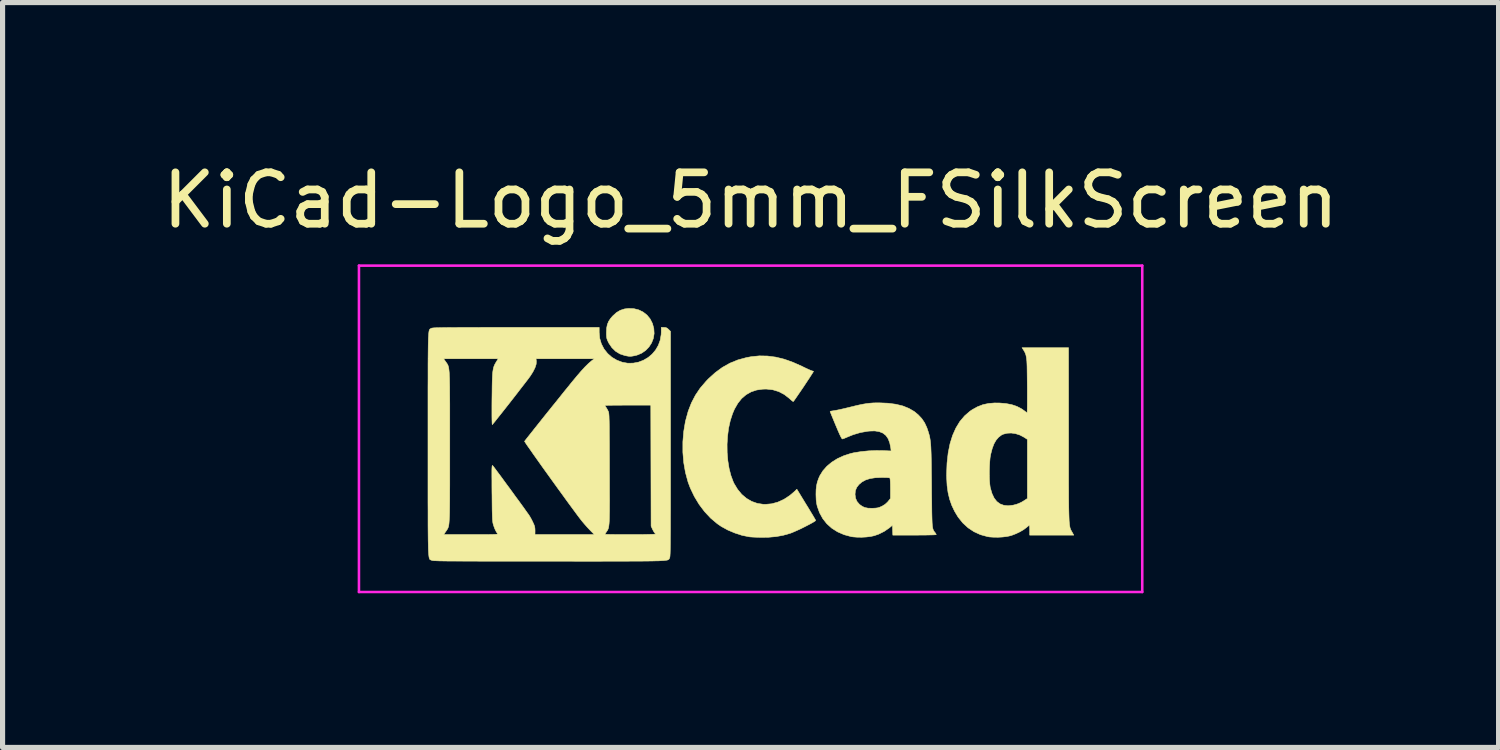
<source format=kicad_pcb>
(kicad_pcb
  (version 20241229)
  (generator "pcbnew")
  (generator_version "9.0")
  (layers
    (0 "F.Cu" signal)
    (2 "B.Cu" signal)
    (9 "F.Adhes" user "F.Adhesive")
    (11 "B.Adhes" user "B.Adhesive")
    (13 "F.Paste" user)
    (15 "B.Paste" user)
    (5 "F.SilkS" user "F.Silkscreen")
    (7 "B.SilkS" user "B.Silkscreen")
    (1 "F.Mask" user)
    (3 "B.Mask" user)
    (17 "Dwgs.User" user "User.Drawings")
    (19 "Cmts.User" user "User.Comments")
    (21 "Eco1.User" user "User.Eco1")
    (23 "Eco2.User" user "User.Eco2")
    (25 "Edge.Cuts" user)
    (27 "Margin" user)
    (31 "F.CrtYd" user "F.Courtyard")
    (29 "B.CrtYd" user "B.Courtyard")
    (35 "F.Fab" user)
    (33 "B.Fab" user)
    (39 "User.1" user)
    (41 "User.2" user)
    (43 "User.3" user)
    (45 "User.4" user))
  (footprint "KiCad-Logo_5mm_FSilkScreen"
    (layer "F.Cu")
    (at 11.554 5.928)
    (property "Reference" "KiCad-Logo_5mm_FSilkScreen" (at 0 -5.08 0) (layer "F.SilkS") (effects (font (size 1 1) (thickness 0.15))))
    (attr exclude_from_pos_files exclude_from_bom)
    (fp_poly (pts (xy -2.273 -2.973) (xy -2.177 -2.949) (xy -2.09 -2.906) (xy -2.015 -2.847) (xy -1.954 -2.772) (xy -1.909 -2.683) (xy -1.883 -2.586) (xy -1.877 -2.489) (xy -1.892 -2.395) (xy -1.926 -2.307) (xy -1.977 -2.228) (xy -2.042 -2.16) (xy -2.121 -2.106) (xy -2.212 -2.068) (xy -2.263 -2.056) (xy -2.308 -2.048) (xy -2.342 -2.045) (xy -2.375 -2.047) (xy -2.415 -2.054) (xy -2.449 -2.061) (xy -2.542 -2.092) (xy -2.626 -2.143) (xy -2.698 -2.213) (xy -2.756 -2.298) (xy -2.77 -2.326) (xy -2.787 -2.362) (xy -2.797 -2.392) (xy -2.802 -2.425) (xy -2.805 -2.466) (xy -2.805 -2.512) (xy -2.801 -2.596) (xy -2.787 -2.665) (xy -2.762 -2.726) (xy -2.723 -2.784) (xy -2.684 -2.829) (xy -2.612 -2.895) (xy -2.537 -2.94) (xy -2.455 -2.967) (xy -2.377 -2.977) (xy -2.273 -2.973)) (stroke (width 0.01) (type solid)) (fill yes) (layer "F.SilkS"))
    (fp_poly (pts (xy 0.328 -2.051) (xy 0.489 -2.03) (xy 0.653 -1.99) (xy 0.822 -1.93) (xy 1 -1.851) (xy 1.011 -1.845) (xy 1.069 -1.817) (xy 1.121 -1.793) (xy 1.162 -1.775) (xy 1.19 -1.764) (xy 1.2 -1.761) (xy 1.219 -1.756) (xy 1.224 -1.752) (xy 1.218 -1.741) (xy 1.202 -1.715) (xy 1.177 -1.676) (xy 1.145 -1.626) (xy 1.107 -1.569) (xy 1.066 -1.507) (xy 1.023 -1.442) (xy 0.98 -1.379) (xy 0.939 -1.319) (xy 0.902 -1.265) (xy 0.871 -1.22) (xy 0.847 -1.186) (xy 0.832 -1.167) (xy 0.83 -1.165) (xy 0.82 -1.17) (xy 0.798 -1.187) (xy 0.767 -1.214) (xy 0.752 -1.228) (xy 0.655 -1.303) (xy 0.548 -1.359) (xy 0.433 -1.394) (xy 0.31 -1.408) (xy 0.241 -1.407) (xy 0.119 -1.39) (xy 0.01 -1.354) (xy -0.087 -1.299) (xy -0.174 -1.225) (xy -0.249 -1.131) (xy -0.314 -1.018) (xy -0.351 -0.931) (xy -0.395 -0.796) (xy -0.428 -0.648) (xy -0.448 -0.493) (xy -0.458 -0.333) (xy -0.456 -0.173) (xy -0.443 -0.016) (xy -0.419 0.133) (xy -0.384 0.271) (xy -0.338 0.395) (xy -0.322 0.429) (xy -0.253 0.543) (xy -0.173 0.64) (xy -0.081 0.718) (xy 0.02 0.777) (xy 0.13 0.816) (xy 0.247 0.834) (xy 0.289 0.835) (xy 0.41 0.824) (xy 0.531 0.791) (xy 0.649 0.737) (xy 0.762 0.663) (xy 0.854 0.585) (xy 0.9 0.54) (xy 1.081 0.837) (xy 1.127 0.911) (xy 1.168 0.98) (xy 1.204 1.039) (xy 1.233 1.088) (xy 1.254 1.124) (xy 1.265 1.144) (xy 1.266 1.147) (xy 1.258 1.157) (xy 1.233 1.174) (xy 1.193 1.197) (xy 1.142 1.225) (xy 1.084 1.255) (xy 1.021 1.287) (xy 0.958 1.318) (xy 0.896 1.346) (xy 0.839 1.371) (xy 0.791 1.391) (xy 0.768 1.399) (xy 0.634 1.437) (xy 0.496 1.462) (xy 0.349 1.475) (xy 0.222 1.477) (xy 0.154 1.476) (xy 0.088 1.474) (xy 0.031 1.471) (xy -0.013 1.468) (xy -0.027 1.466) (xy -0.166 1.438) (xy -0.307 1.392) (xy -0.445 1.334) (xy -0.572 1.264) (xy -0.649 1.211) (xy -0.777 1.103) (xy -0.895 0.977) (xy -1.002 0.835) (xy -1.095 0.681) (xy -1.173 0.518) (xy -1.217 0.401) (xy -1.267 0.217) (xy -1.301 0.023) (xy -1.318 -0.179) (xy -1.318 -0.382) (xy -1.301 -0.584) (xy -1.268 -0.781) (xy -1.217 -0.967) (xy -1.214 -0.978) (xy -1.151 -1.14) (xy -1.074 -1.288) (xy -0.981 -1.426) (xy -0.868 -1.558) (xy -0.825 -1.604) (xy -0.688 -1.728) (xy -0.549 -1.83) (xy -0.403 -1.912) (xy -0.249 -1.975) (xy -0.084 -2.02) (xy 0.011 -2.038) (xy 0.17 -2.054) (xy 0.328 -2.051)) (stroke (width 0.01) (type solid)) (fill yes) (layer "F.SilkS"))
    (fp_poly (pts (xy 6.187 -0.528) (xy 6.187 -0.293) (xy 6.187 -0.08) (xy 6.187 0.112) (xy 6.187 0.285) (xy 6.187 0.441) (xy 6.188 0.579) (xy 6.188 0.701) (xy 6.189 0.808) (xy 6.19 0.901) (xy 6.192 0.982) (xy 6.194 1.051) (xy 6.196 1.11) (xy 6.198 1.159) (xy 6.202 1.2) (xy 6.205 1.234) (xy 6.21 1.262) (xy 6.214 1.285) (xy 6.22 1.304) (xy 6.226 1.321) (xy 6.233 1.335) (xy 6.24 1.349) (xy 6.249 1.364) (xy 6.254 1.373) (xy 6.288 1.434) (xy 5.43 1.434) (xy 5.43 1.338) (xy 5.429 1.294) (xy 5.427 1.261) (xy 5.424 1.243) (xy 5.423 1.242) (xy 5.412 1.249) (xy 5.389 1.267) (xy 5.366 1.286) (xy 5.312 1.327) (xy 5.242 1.368) (xy 5.165 1.405) (xy 5.088 1.435) (xy 5.057 1.445) (xy 4.989 1.46) (xy 4.906 1.47) (xy 4.816 1.475) (xy 4.728 1.474) (xy 4.649 1.469) (xy 4.612 1.463) (xy 4.473 1.425) (xy 4.346 1.367) (xy 4.23 1.29) (xy 4.127 1.195) (xy 4.036 1.081) (xy 3.969 0.97) (xy 3.914 0.854) (xy 3.872 0.734) (xy 3.842 0.608) (xy 3.823 0.472) (xy 3.815 0.32) (xy 3.814 0.243) (xy 3.816 0.186) (xy 4.645 0.186) (xy 4.645 0.279) (xy 4.648 0.367) (xy 4.654 0.444) (xy 4.662 0.505) (xy 4.665 0.517) (xy 4.697 0.625) (xy 4.738 0.712) (xy 4.79 0.779) (xy 4.853 0.826) (xy 4.926 0.853) (xy 5.011 0.862) (xy 5.107 0.851) (xy 5.17 0.835) (xy 5.219 0.817) (xy 5.274 0.791) (xy 5.314 0.767) (xy 5.385 0.721) (xy 5.385 -0.429) (xy 5.317 -0.473) (xy 5.239 -0.514) (xy 5.155 -0.541) (xy 5.07 -0.553) (xy 4.988 -0.549) (xy 4.915 -0.53) (xy 4.883 -0.515) (xy 4.826 -0.472) (xy 4.777 -0.415) (xy 4.735 -0.342) (xy 4.701 -0.252) (xy 4.672 -0.141) (xy 4.671 -0.135) (xy 4.66 -0.073) (xy 4.653 0.005) (xy 4.648 0.093) (xy 4.645 0.186) (xy 3.816 0.186) (xy 3.822 0.03) (xy 3.844 -0.166) (xy 3.88 -0.345) (xy 3.93 -0.506) (xy 3.994 -0.65) (xy 4.071 -0.777) (xy 4.163 -0.886) (xy 4.268 -0.977) (xy 4.314 -1.008) (xy 4.415 -1.064) (xy 4.518 -1.104) (xy 4.628 -1.128) (xy 4.749 -1.138) (xy 4.842 -1.137) (xy 4.971 -1.126) (xy 5.084 -1.104) (xy 5.183 -1.07) (xy 5.271 -1.024) (xy 5.32 -0.99) (xy 5.349 -0.968) (xy 5.371 -0.953) (xy 5.379 -0.948) (xy 5.381 -0.959) (xy 5.382 -0.99) (xy 5.383 -1.037) (xy 5.384 -1.1) (xy 5.384 -1.173) (xy 5.384 -1.256) (xy 5.384 -1.344) (xy 5.384 -1.436) (xy 5.383 -1.528) (xy 5.382 -1.618) (xy 5.381 -1.704) (xy 5.38 -1.781) (xy 5.379 -1.848) (xy 5.377 -1.902) (xy 5.375 -1.94) (xy 5.375 -1.947) (xy 5.367 -2.018) (xy 5.356 -2.073) (xy 5.338 -2.12) (xy 5.312 -2.166) (xy 5.305 -2.176) (xy 5.281 -2.213) (xy 6.186 -2.213) (xy 6.187 -0.528)) (stroke (width 0.01) (type solid)) (fill yes) (layer "F.SilkS"))
    (fp_poly (pts (xy 2.674 -1.133) (xy 2.825 -1.113) (xy 2.961 -1.08) (xy 3.08 -1.032) (xy 3.185 -0.971) (xy 3.262 -0.907) (xy 3.331 -0.833) (xy 3.385 -0.753) (xy 3.428 -0.661) (xy 3.443 -0.618) (xy 3.456 -0.579) (xy 3.467 -0.543) (xy 3.477 -0.508) (xy 3.485 -0.472) (xy 3.492 -0.433) (xy 3.498 -0.39) (xy 3.503 -0.34) (xy 3.507 -0.283) (xy 3.51 -0.215) (xy 3.513 -0.136) (xy 3.515 -0.043) (xy 3.517 0.066) (xy 3.518 0.192) (xy 3.52 0.337) (xy 3.521 0.48) (xy 3.522 0.636) (xy 3.524 0.771) (xy 3.525 0.887) (xy 3.526 0.986) (xy 3.528 1.068) (xy 3.53 1.136) (xy 3.532 1.192) (xy 3.535 1.236) (xy 3.539 1.271) (xy 3.544 1.299) (xy 3.55 1.321) (xy 3.557 1.338) (xy 3.565 1.352) (xy 3.574 1.366) (xy 3.585 1.38) (xy 3.59 1.385) (xy 3.605 1.408) (xy 3.612 1.423) (xy 3.612 1.424) (xy 3.602 1.426) (xy 3.571 1.428) (xy 3.522 1.43) (xy 3.458 1.431) (xy 3.382 1.433) (xy 3.295 1.433) (xy 3.2 1.434) (xy 3.19 1.434) (xy 2.767 1.434) (xy 2.763 1.338) (xy 2.76 1.242) (xy 2.698 1.293) (xy 2.601 1.36) (xy 2.491 1.415) (xy 2.404 1.445) (xy 2.335 1.46) (xy 2.252 1.47) (xy 2.162 1.475) (xy 2.074 1.474) (xy 1.995 1.468) (xy 1.959 1.463) (xy 1.819 1.425) (xy 1.692 1.37) (xy 1.58 1.299) (xy 1.484 1.213) (xy 1.404 1.112) (xy 1.341 0.997) (xy 1.296 0.871) (xy 1.284 0.814) (xy 1.276 0.752) (xy 1.273 0.677) (xy 1.272 0.643) (xy 1.272 0.64) (xy 2.032 0.64) (xy 2.042 0.715) (xy 2.07 0.779) (xy 2.118 0.835) (xy 2.123 0.839) (xy 2.172 0.874) (xy 2.223 0.897) (xy 2.284 0.909) (xy 2.359 0.911) (xy 2.377 0.911) (xy 2.431 0.908) (xy 2.471 0.903) (xy 2.506 0.893) (xy 2.545 0.876) (xy 2.556 0.871) (xy 2.616 0.835) (xy 2.663 0.792) (xy 2.676 0.777) (xy 2.721 0.72) (xy 2.721 0.525) (xy 2.72 0.446) (xy 2.718 0.388) (xy 2.715 0.349) (xy 2.711 0.327) (xy 2.707 0.32) (xy 2.691 0.317) (xy 2.657 0.314) (xy 2.61 0.313) (xy 2.555 0.312) (xy 2.546 0.312) (xy 2.425 0.317) (xy 2.323 0.333) (xy 2.236 0.361) (xy 2.164 0.401) (xy 2.109 0.448) (xy 2.064 0.506) (xy 2.039 0.569) (xy 2.032 0.64) (xy 1.272 0.64) (xy 1.274 0.55) (xy 1.283 0.471) (xy 1.299 0.4) (xy 1.324 0.329) (xy 1.348 0.276) (xy 1.407 0.181) (xy 1.485 0.093) (xy 1.58 0.014) (xy 1.69 -0.055) (xy 1.813 -0.111) (xy 1.945 -0.154) (xy 2.009 -0.169) (xy 2.146 -0.191) (xy 2.294 -0.206) (xy 2.446 -0.212) (xy 2.572 -0.211) (xy 2.734 -0.204) (xy 2.727 -0.263) (xy 2.707 -0.362) (xy 2.676 -0.443) (xy 2.632 -0.506) (xy 2.575 -0.551) (xy 2.503 -0.58) (xy 2.416 -0.594) (xy 2.313 -0.591) (xy 2.275 -0.587) (xy 2.134 -0.562) (xy 1.997 -0.521) (xy 1.902 -0.483) (xy 1.857 -0.464) (xy 1.819 -0.448) (xy 1.792 -0.439) (xy 1.785 -0.437) (xy 1.775 -0.446) (xy 1.758 -0.475) (xy 1.734 -0.524) (xy 1.703 -0.594) (xy 1.665 -0.684) (xy 1.658 -0.7) (xy 1.628 -0.772) (xy 1.601 -0.838) (xy 1.578 -0.893) (xy 1.561 -0.936) (xy 1.55 -0.963) (xy 1.547 -0.972) (xy 1.557 -0.977) (xy 1.583 -0.982) (xy 1.611 -0.986) (xy 1.642 -0.991) (xy 1.689 -1) (xy 1.751 -1.013) (xy 1.821 -1.029) (xy 1.896 -1.047) (xy 1.925 -1.054) (xy 2.03 -1.08) (xy 2.117 -1.1) (xy 2.192 -1.115) (xy 2.258 -1.126) (xy 2.319 -1.133) (xy 2.381 -1.138) (xy 2.446 -1.14) (xy 2.504 -1.14) (xy 2.674 -1.133)) (stroke (width 0.01) (type solid)) (fill yes) (layer "F.SilkS"))
    (fp_poly (pts (xy -2.946 -2.511) (xy -2.936 -2.397) (xy -2.904 -2.289) (xy -2.853 -2.19) (xy -2.784 -2.102) (xy -2.699 -2.027) (xy -2.602 -1.97) (xy -2.496 -1.93) (xy -2.389 -1.911) (xy -2.283 -1.913) (xy -2.181 -1.932) (xy -2.085 -1.969) (xy -1.996 -2.021) (xy -1.917 -2.087) (xy -1.849 -2.167) (xy -1.796 -2.258) (xy -1.759 -2.359) (xy -1.74 -2.47) (xy -1.738 -2.52) (xy -1.738 -2.608) (xy -1.687 -2.608) (xy -1.65 -2.605) (xy -1.623 -2.593) (xy -1.596 -2.569) (xy -1.558 -2.531) (xy -1.558 -0.339) (xy -1.558 -0.077) (xy -1.558 0.163) (xy -1.558 0.383) (xy -1.558 0.583) (xy -1.558 0.764) (xy -1.558 0.928) (xy -1.559 1.074) (xy -1.559 1.205) (xy -1.559 1.32) (xy -1.56 1.421) (xy -1.561 1.509) (xy -1.561 1.585) (xy -1.562 1.65) (xy -1.563 1.704) (xy -1.564 1.749) (xy -1.565 1.786) (xy -1.567 1.815) (xy -1.568 1.837) (xy -1.57 1.854) (xy -1.572 1.866) (xy -1.574 1.874) (xy -1.576 1.88) (xy -1.577 1.882) (xy -1.581 1.889) (xy -1.585 1.895) (xy -1.589 1.901) (xy -1.594 1.906) (xy -1.601 1.911) (xy -1.611 1.916) (xy -1.625 1.92) (xy -1.645 1.923) (xy -1.669 1.926) (xy -1.701 1.929) (xy -1.741 1.931) (xy -1.789 1.934) (xy -1.846 1.935) (xy -1.914 1.937) (xy -1.994 1.938) (xy -2.085 1.939) (xy -2.19 1.94) (xy -2.309 1.94) (xy -2.443 1.941) (xy -2.593 1.941) (xy -2.76 1.941) (xy -2.945 1.942) (xy -3.149 1.942) (xy -3.372 1.942) (xy -3.616 1.941) (xy -3.881 1.941) (xy -3.92 1.941) (xy -4.187 1.941) (xy -4.432 1.941) (xy -4.657 1.941) (xy -4.861 1.941) (xy -5.047 1.941) (xy -5.215 1.941) (xy -5.366 1.94) (xy -5.501 1.94) (xy -5.62 1.939) (xy -5.725 1.939) (xy -5.817 1.938) (xy -5.896 1.938) (xy -5.964 1.937) (xy -6.021 1.936) (xy -6.069 1.935) (xy -6.107 1.933) (xy -6.138 1.932) (xy -6.162 1.931) (xy -6.18 1.929) (xy -6.192 1.927) (xy -6.201 1.925) (xy -6.205 1.923) (xy -6.214 1.92) (xy -6.221 1.917) (xy -6.229 1.915) (xy -6.235 1.911) (xy -6.241 1.906) (xy -6.246 1.897) (xy -6.251 1.885) (xy -6.255 1.869) (xy -6.259 1.846) (xy -6.262 1.818) (xy -6.265 1.781) (xy -6.268 1.737) (xy -6.27 1.683) (xy -6.271 1.618) (xy -6.273 1.543) (xy -6.274 1.455) (xy -6.275 1.354) (xy -6.276 1.239) (xy -6.276 1.11) (xy -6.276 0.964) (xy -6.277 0.802) (xy -6.277 0.621) (xy -6.277 0.422) (xy -6.277 0.204) (xy -6.277 -0.035) (xy -6.277 -0.296) (xy -6.277 -0.338) (xy -6.277 -0.601) (xy -6.277 -0.842) (xy -6.277 -1.063) (xy -6.277 -1.264) (xy -6.277 -1.446) (xy -6.276 -1.61) (xy -6.276 -1.757) (xy -6.276 -1.888) (xy -6.275 -1.998) (xy -5.972 -1.998) (xy -5.932 -1.94) (xy -5.921 -1.925) (xy -5.911 -1.911) (xy -5.902 -1.897) (xy -5.894 -1.883) (xy -5.887 -1.868) (xy -5.881 -1.849) (xy -5.875 -1.826) (xy -5.871 -1.798) (xy -5.867 -1.764) (xy -5.863 -1.722) (xy -5.861 -1.67) (xy -5.858 -1.609) (xy -5.857 -1.537) (xy -5.855 -1.452) (xy -5.855 -1.354) (xy -5.854 -1.24) (xy -5.853 -1.111) (xy -5.853 -0.965) (xy -5.853 -0.8) (xy -5.853 -0.616) (xy -5.853 -0.41) (xy -5.853 -0.288) (xy -5.853 -0.071) (xy -5.853 0.125) (xy -5.853 0.3) (xy -5.853 0.456) (xy -5.854 0.595) (xy -5.854 0.717) (xy -5.855 0.823) (xy -5.856 0.915) (xy -5.857 0.994) (xy -5.859 1.062) (xy -5.862 1.118) (xy -5.865 1.165) (xy -5.868 1.204) (xy -5.872 1.235) (xy -5.877 1.261) (xy -5.883 1.282) (xy -5.89 1.299) (xy -5.897 1.314) (xy -5.906 1.327) (xy -5.915 1.341) (xy -5.925 1.356) (xy -5.932 1.365) (xy -5.97 1.422) (xy -5.439 1.422) (xy -5.315 1.422) (xy -5.213 1.422) (xy -5.129 1.422) (xy -5.063 1.421) (xy -5.012 1.42) (xy -4.974 1.419) (xy -4.948 1.417) (xy -4.932 1.415) (xy -4.923 1.412) (xy -4.921 1.408) (xy -4.923 1.404) (xy -4.925 1.403) (xy -4.95 1.366) (xy -4.976 1.313) (xy -4.999 1.251) (xy -5.007 1.224) (xy -5.012 1.206) (xy -5.016 1.185) (xy -5.019 1.159) (xy -5.022 1.126) (xy -5.024 1.083) (xy -5.026 1.028) (xy -5.028 0.96) (xy -5.029 0.877) (xy -5.03 0.775) (xy -5.031 0.654) (xy -5.032 0.61) (xy -5.033 0.484) (xy -5.033 0.38) (xy -5.034 0.295) (xy -5.034 0.227) (xy -5.034 0.174) (xy -5.033 0.135) (xy -5.031 0.107) (xy -5.029 0.09) (xy -5.027 0.081) (xy -5.023 0.078) (xy -5.019 0.08) (xy -5.015 0.085) (xy -5.004 0.098) (xy -4.982 0.127) (xy -4.95 0.17) (xy -4.909 0.225) (xy -4.861 0.289) (xy -4.808 0.362) (xy -4.751 0.44) (xy -4.691 0.521) (xy -4.631 0.603) (xy -4.572 0.685) (xy -4.514 0.763) (xy -4.461 0.836) (xy -4.413 0.902) (xy -4.373 0.959) (xy -4.341 1.004) (xy -4.318 1.035) (xy -4.314 1.041) (xy -4.291 1.078) (xy -4.264 1.126) (xy -4.239 1.176) (xy -4.236 1.183) (xy -4.214 1.231) (xy -4.201 1.268) (xy -4.196 1.304) (xy -4.194 1.346) (xy -4.195 1.422) (xy -3.041 1.422) (xy -3.132 1.329) (xy -3.179 1.279) (xy -3.229 1.222) (xy -3.275 1.168) (xy -3.295 1.143) (xy -3.326 1.103) (xy -3.366 1.05) (xy -3.414 0.985) (xy -3.47 0.909) (xy -3.532 0.825) (xy -3.599 0.733) (xy -3.669 0.636) (xy -3.743 0.535) (xy -3.817 0.432) (xy -3.892 0.328) (xy -3.966 0.225) (xy -4.038 0.125) (xy -4.106 0.029) (xy -4.17 -0.061) (xy -4.229 -0.144) (xy -4.28 -0.218) (xy -4.324 -0.28) (xy -4.359 -0.33) (xy -4.383 -0.367) (xy -4.396 -0.387) (xy -4.398 -0.391) (xy -4.39 -0.403) (xy -4.369 -0.43) (xy -4.337 -0.471) (xy -4.294 -0.525) (xy -4.243 -0.589) (xy -4.185 -0.663) (xy -4.12 -0.744) (xy -4.051 -0.831) (xy -3.979 -0.921) (xy -3.904 -1.014) (xy -3.845 -1.088) (xy -2.834 -1.088) (xy -2.828 -1.075) (xy -2.813 -1.053) (xy -2.812 -1.052) (xy -2.793 -1.021) (xy -2.774 -0.985) (xy -2.77 -0.976) (xy -2.766 -0.968) (xy -2.763 -0.958) (xy -2.76 -0.945) (xy -2.758 -0.927) (xy -2.756 -0.904) (xy -2.754 -0.873) (xy -2.753 -0.833) (xy -2.751 -0.784) (xy -2.75 -0.723) (xy -2.749 -0.649) (xy -2.749 -0.561) (xy -2.748 -0.457) (xy -2.747 -0.337) (xy -2.747 -0.198) (xy -2.746 -0.039) (xy -2.746 0.14) (xy -2.745 0.325) (xy -2.745 0.489) (xy -2.745 0.633) (xy -2.744 0.759) (xy -2.745 0.868) (xy -2.745 0.961) (xy -2.747 1.04) (xy -2.748 1.106) (xy -2.75 1.161) (xy -2.753 1.206) (xy -2.757 1.242) (xy -2.761 1.271) (xy -2.766 1.295) (xy -2.772 1.313) (xy -2.779 1.329) (xy -2.787 1.344) (xy -2.797 1.358) (xy -2.805 1.37) (xy -2.822 1.396) (xy -2.832 1.414) (xy -2.834 1.417) (xy -2.823 1.418) (xy -2.791 1.419) (xy -2.742 1.42) (xy -2.677 1.421) (xy -2.599 1.422) (xy -2.51 1.422) (xy -2.411 1.422) (xy -2.342 1.422) (xy -2.237 1.422) (xy -2.141 1.422) (xy -2.054 1.421) (xy -1.98 1.419) (xy -1.921 1.418) (xy -1.879 1.416) (xy -1.855 1.414) (xy -1.851 1.412) (xy -1.859 1.398) (xy -1.867 1.39) (xy -1.88 1.372) (xy -1.897 1.342) (xy -1.909 1.318) (xy -1.936 1.259) (xy -1.939 0.082) (xy -1.942 -1.095) (xy -2.388 -1.095) (xy -2.486 -1.095) (xy -2.576 -1.094) (xy -2.657 -1.094) (xy -2.725 -1.093) (xy -2.779 -1.092) (xy -2.815 -1.09) (xy -2.833 -1.089) (xy -2.834 -1.088) (xy -3.845 -1.088) (xy -3.829 -1.107) (xy -3.755 -1.199) (xy -3.683 -1.289) (xy -3.615 -1.374) (xy -3.551 -1.452) (xy -3.494 -1.523) (xy -3.444 -1.584) (xy -3.403 -1.633) (xy -3.386 -1.654) (xy -3.3 -1.754) (xy -3.223 -1.838) (xy -3.154 -1.906) (xy -3.091 -1.96) (xy -3.082 -1.967) (xy -3.042 -1.998) (xy -4.174 -1.998) (xy -4.169 -1.95) (xy -4.172 -1.893) (xy -4.194 -1.825) (xy -4.234 -1.745) (xy -4.279 -1.673) (xy -4.295 -1.65) (xy -4.323 -1.612) (xy -4.361 -1.562) (xy -4.408 -1.501) (xy -4.462 -1.432) (xy -4.52 -1.356) (xy -4.582 -1.276) (xy -4.646 -1.194) (xy -4.71 -1.112) (xy -4.773 -1.032) (xy -4.832 -0.957) (xy -4.887 -0.888) (xy -4.935 -0.828) (xy -4.974 -0.778) (xy -5.004 -0.742) (xy -5.022 -0.72) (xy -5.025 -0.717) (xy -5.028 -0.725) (xy -5.03 -0.755) (xy -5.032 -0.807) (xy -5.033 -0.881) (xy -5.033 -0.977) (xy -5.033 -1.094) (xy -5.032 -1.214) (xy -5.03 -1.346) (xy -5.029 -1.457) (xy -5.027 -1.551) (xy -5.024 -1.629) (xy -5.021 -1.692) (xy -5.016 -1.745) (xy -5.009 -1.788) (xy -5.002 -1.823) (xy -4.992 -1.854) (xy -4.98 -1.882) (xy -4.965 -1.91) (xy -4.95 -1.935) (xy -4.912 -1.998) (xy -5.972 -1.998) (xy -6.275 -1.998) (xy -6.275 -2.004) (xy -6.274 -2.106) (xy -6.273 -2.195) (xy -6.272 -2.272) (xy -6.27 -2.337) (xy -6.269 -2.393) (xy -6.266 -2.438) (xy -6.264 -2.475) (xy -6.261 -2.505) (xy -6.258 -2.528) (xy -6.254 -2.546) (xy -6.25 -2.559) (xy -6.245 -2.568) (xy -6.24 -2.574) (xy -6.234 -2.579) (xy -6.228 -2.582) (xy -6.222 -2.586) (xy -6.216 -2.589) (xy -6.21 -2.592) (xy -6.202 -2.594) (xy -6.19 -2.596) (xy -6.173 -2.598) (xy -6.149 -2.6) (xy -6.118 -2.601) (xy -6.079 -2.602) (xy -6.03 -2.603) (xy -5.971 -2.604) (xy -5.899 -2.605) (xy -5.815 -2.606) (xy -5.718 -2.606) (xy -5.605 -2.607) (xy -5.476 -2.607) (xy -5.33 -2.607) (xy -5.166 -2.608) (xy -4.982 -2.608) (xy -4.778 -2.608) (xy -4.567 -2.608) (xy -2.946 -2.608) (xy -2.946 -2.511)) (stroke (width 0.01) (type solid)) (fill yes) (layer "F.SilkS"))
    (fp_line (start -7.62 2.54) (end -7.62 -3.81) (stroke (width 0.05) (type solid)) (layer "F.CrtYd"))
    (fp_line (start 7.62 -3.81) (end -7.62 -3.81) (stroke (width 0.05) (type solid)) (layer "F.CrtYd"))
    (fp_line (start 7.62 -3.81) (end 7.62 2.54) (stroke (width 0.05) (type solid)) (layer "F.CrtYd"))
    (fp_line (start 7.62 2.54) (end -7.62 2.54) (stroke (width 0.05) (type solid)) (layer "F.CrtYd")))
  (gr_rect
    (start -3 -3)
    (end 26.107 11.493)
    (stroke (width 0.1) (type default))
    (fill no)
    (layer "Edge.Cuts")))
</source>
